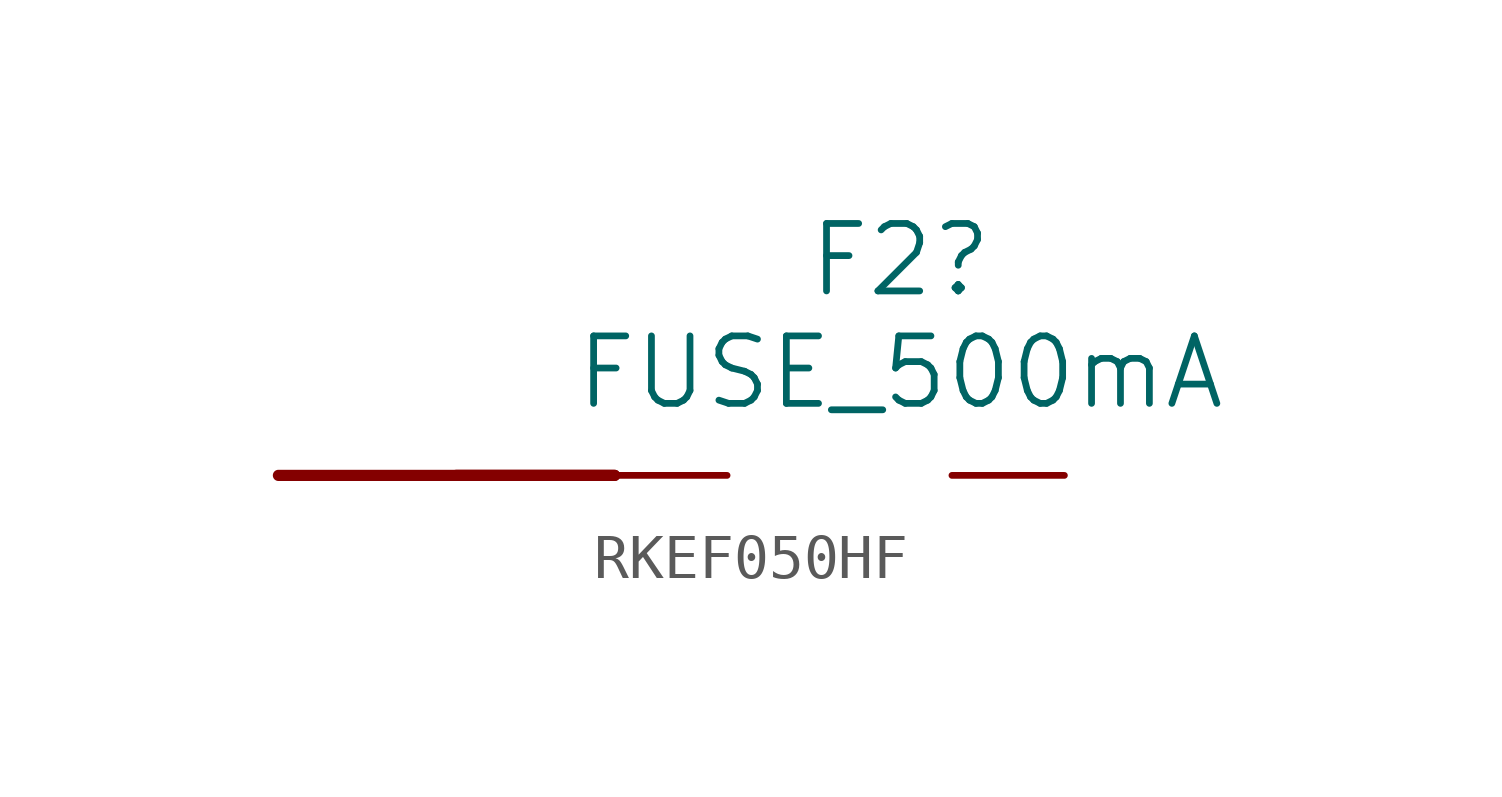
<source format=kicad_sym>
(kicad_symbol_lib
  (version 20231120)
  (generator "kicad_symbol_editor")
  (generator_version "8.0")
  (symbol "RKEF050HF"
    (pin_numbers hide)
    (pin_names hide)
    (property "Reference" "F2"
      (at 6.456 4.864 0)
      (effects (font (size 1.524 1.524))))
    (property "Value" "FUSE_500mA"
      (at 6.456 2.324 0)
      (effects (font (size 1.524 1.524))))
    (property "Datasheet" ""
      (at 0 0 0)
      (effects (font (size 1.524 1.524))))
    (symbol "RKEF050HF_1_1"
      (arc (start -7.5946 0) (mid -3.7973 -0.0003) (end 0 0) (stroke (width 0.254) (type default)) (fill (type none)))
      (arc (start -3.5814 0) (mid -1.7907 -0.0001) (end 0 0) (stroke (width 0.254) (type default)) (fill (type none)))
      (pin unspecified line (at 0 0 0) (length 2.54) (name "1" (effects (font (size 1.499 1.499)))) (number "1" (effects (font (size 1.499 1.499)))))
      (pin unspecified line (at 10.16 0 180) (length 2.54) (name "2" (effects (font (size 1.499 1.499)))) (number "2" (effects (font (size 1.499 1.499))))))))
</source>
